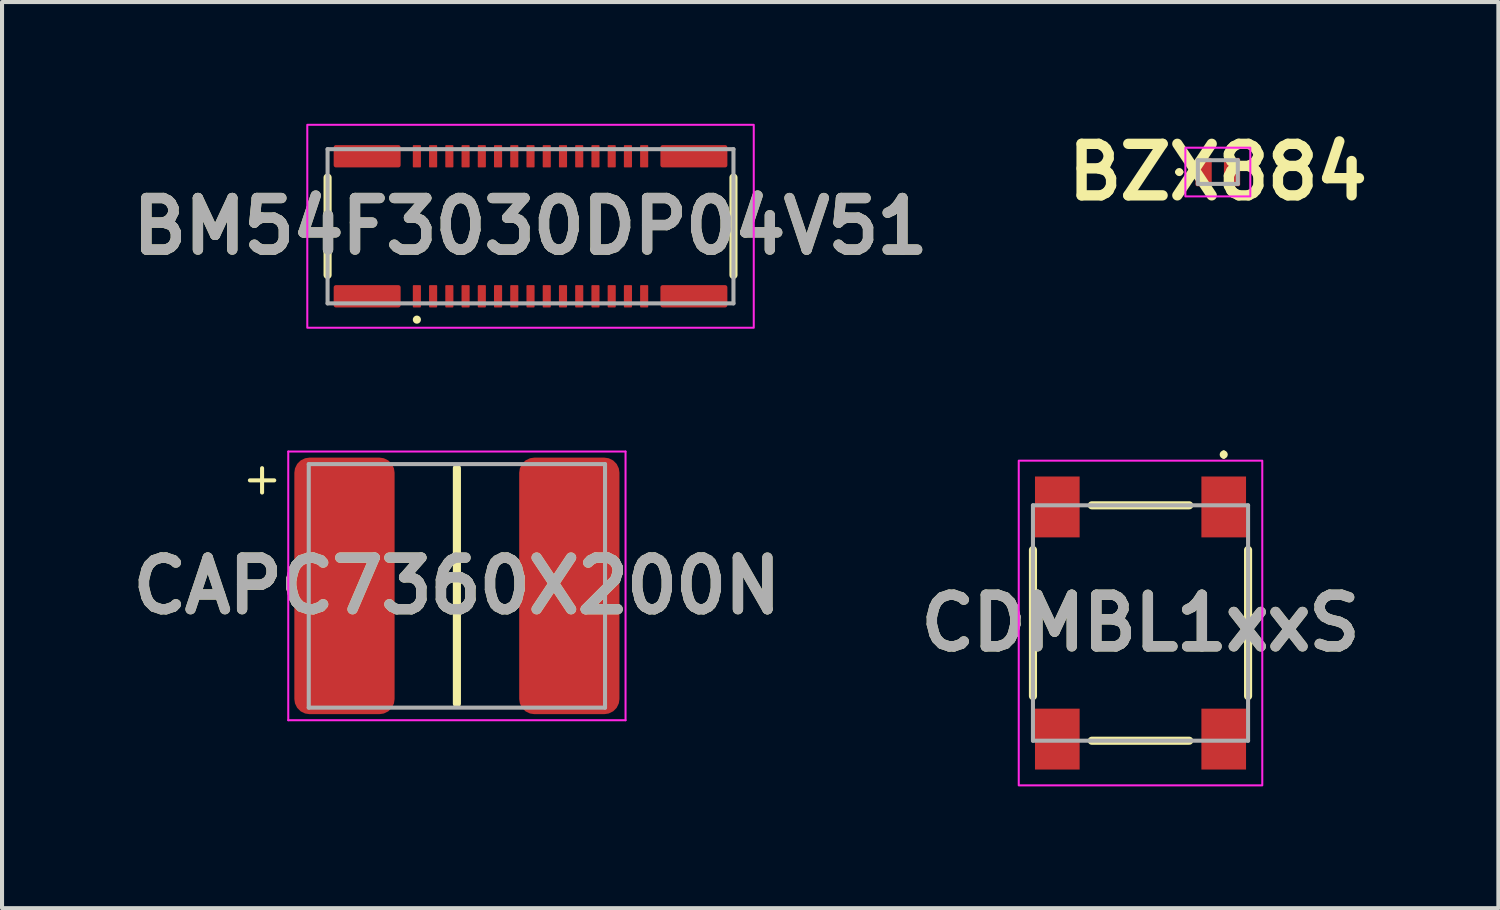
<source format=kicad_pcb>
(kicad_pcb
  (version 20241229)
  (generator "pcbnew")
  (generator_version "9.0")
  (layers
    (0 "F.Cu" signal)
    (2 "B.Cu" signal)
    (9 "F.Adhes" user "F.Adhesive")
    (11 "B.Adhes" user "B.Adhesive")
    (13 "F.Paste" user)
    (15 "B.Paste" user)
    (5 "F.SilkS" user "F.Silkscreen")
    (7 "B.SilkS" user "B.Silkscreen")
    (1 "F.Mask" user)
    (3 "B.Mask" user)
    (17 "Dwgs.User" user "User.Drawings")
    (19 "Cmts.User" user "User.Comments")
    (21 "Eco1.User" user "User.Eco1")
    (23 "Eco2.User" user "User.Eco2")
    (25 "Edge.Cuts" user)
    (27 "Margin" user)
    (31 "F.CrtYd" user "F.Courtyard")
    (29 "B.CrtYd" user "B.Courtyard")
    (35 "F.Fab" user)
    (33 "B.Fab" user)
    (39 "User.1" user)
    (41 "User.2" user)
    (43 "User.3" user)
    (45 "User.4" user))
  (footprint "BZX884"
    (layer "F.Cu")
    (at 26.955 1.189)
    (property "Reference" "BZX884" (at 0 0 0) (layer "F.SilkS") (effects (font (size 1.27 1.27) (thickness 0.254))))
    (attr smd)
    (fp_line (start -1 0) (end -1 0) (stroke (width 0.1) (type solid)) (layer "F.SilkS"))
    (fp_line (start -0.9 0) (end -0.9 0) (stroke (width 0.1) (type solid)) (layer "F.SilkS"))
    (fp_arc (start -1 0) (mid -0.95 -0.05) (end -0.9 0) (stroke (width 0.1) (type solid)) (layer "F.SilkS"))
    (fp_arc (start -0.9 0) (mid -0.95 0.05) (end -1 0) (stroke (width 0.1) (type solid)) (layer "F.SilkS"))
    (fp_rect (start -0.8 -0.6) (end 0.8 0.6) (stroke (width 0.05) (type default)) (fill no) (layer "F.CrtYd"))
    (fp_line (start -0.492 -0.292) (end 0.492 -0.292) (stroke (width 0.1) (type solid)) (layer "F.Fab"))
    (fp_line (start -0.492 0.292) (end -0.492 -0.292) (stroke (width 0.1) (type solid)) (layer "F.Fab"))
    (fp_line (start 0.492 -0.292) (end 0.492 0.292) (stroke (width 0.1) (type solid)) (layer "F.Fab"))
    (fp_line (start 0.492 0.292) (end -0.492 0.292) (stroke (width 0.1) (type solid)) (layer "F.Fab"))
    (pad "1" smd roundrect (at -0.35 0) (size 0.4 0.7) (layers "F.Cu" "F.Mask" "F.Paste") (roundrect_rratio 0.1))
    (pad "2" smd roundrect (at 0.35 0) (size 0.4 0.7) (layers "F.Cu" "F.Mask" "F.Paste") (roundrect_rratio 0.1)))
  (footprint "CAPC7360X200N"
    (layer "F.Cu")
    (at 8.207 11.385)
    (property "Reference" "CAPC7360X200N" (at 0 0 0) (layer "F.SilkS") (effects (font (size 1.27 1.27) (thickness 0.254))))
    (attr smd)
    (fp_line (start -4.8 -2.9) (end -4.8 -2.3) (stroke (width 0.1) (type default)) (layer "F.SilkS"))
    (fp_line (start -4.5 -2.6) (end -5.1 -2.6) (stroke (width 0.1) (type default)) (layer "F.SilkS"))
    (fp_line (start 0 -2.9) (end 0 2.9) (stroke (width 0.2) (type solid)) (layer "F.SilkS"))
    (fp_line (start -4.155 -3.31) (end 4.155 -3.31) (stroke (width 0.05) (type solid)) (layer "F.CrtYd"))
    (fp_line (start -4.155 3.31) (end -4.155 -3.31) (stroke (width 0.05) (type solid)) (layer "F.CrtYd"))
    (fp_line (start 4.155 -3.31) (end 4.155 3.31) (stroke (width 0.05) (type solid)) (layer "F.CrtYd"))
    (fp_line (start 4.155 3.31) (end -4.155 3.31) (stroke (width 0.05) (type solid)) (layer "F.CrtYd"))
    (fp_line (start -3.65 -3) (end 3.65 -3) (stroke (width 0.1) (type solid)) (layer "F.Fab"))
    (fp_line (start -3.65 3) (end -3.65 -3) (stroke (width 0.1) (type solid)) (layer "F.Fab"))
    (fp_line (start 3.65 -3) (end 3.65 3) (stroke (width 0.1) (type solid)) (layer "F.Fab"))
    (fp_line (start 3.65 3) (end -3.65 3) (stroke (width 0.1) (type solid)) (layer "F.Fab"))
    (fp_text user "${REFERENCE}" (at 0 0 0) (layer "F.Fab") (effects (font (size 1.27 1.27) (thickness 0.254))))
    (pad "1" smd roundrect (at -2.77 0) (size 2.47 6.32) (layers "F.Cu" "F.Mask" "F.Paste") (roundrect_rratio 0.15))
    (pad "2" smd roundrect (at 2.77 0) (size 2.47 6.32) (layers "F.Cu" "F.Mask" "F.Paste") (roundrect_rratio 0.15)))
  (footprint "CDMBL1xxS"
    (layer "F.Cu")
    (at 25.05 12.3)
    (property "Reference" "CDMBL1xxS" (at 0 0 0) (layer "F.SilkS") (effects (font (size 1.27 1.27) (thickness 0.254))))
    (attr smd)
    (fp_line (start -2.65 -1.8) (end -2.65 1.8) (stroke (width 0.2) (type solid)) (layer "F.SilkS"))
    (fp_line (start -1.2 -2.9) (end 1.2 -2.9) (stroke (width 0.2) (type solid)) (layer "F.SilkS"))
    (fp_line (start -1.2 2.9) (end 1.2 2.9) (stroke (width 0.2) (type solid)) (layer "F.SilkS"))
    (fp_line (start 2.05 -4.2) (end 2.05 -4.2) (stroke (width 0.1) (type solid)) (layer "F.SilkS"))
    (fp_line (start 2.05 -4.1) (end 2.05 -4.1) (stroke (width 0.1) (type solid)) (layer "F.SilkS"))
    (fp_line (start 2.65 -1.8) (end 2.65 1.8) (stroke (width 0.2) (type solid)) (layer "F.SilkS"))
    (fp_arc (start 2.05 -4.2) (mid 2.1 -4.15) (end 2.05 -4.1) (stroke (width 0.1) (type solid)) (layer "F.SilkS"))
    (fp_arc (start 2.05 -4.1) (mid 2 -4.15) (end 2.05 -4.2) (stroke (width 0.1) (type solid)) (layer "F.SilkS"))
    (fp_rect (start -3 -4) (end 3 4) (stroke (width 0.05) (type default)) (fill no) (layer "F.CrtYd"))
    (fp_line (start -2.65 -2.9) (end 2.65 -2.9) (stroke (width 0.1) (type solid)) (layer "F.Fab"))
    (fp_line (start -2.65 2.9) (end -2.65 -2.9) (stroke (width 0.1) (type solid)) (layer "F.Fab"))
    (fp_line (start 2.65 -2.9) (end 2.65 2.9) (stroke (width 0.1) (type solid)) (layer "F.Fab"))
    (fp_line (start 2.65 2.9) (end -2.65 2.9) (stroke (width 0.1) (type solid)) (layer "F.Fab"))
    (fp_text user "${REFERENCE}" (at 0 0 0) (layer "F.Fab") (effects (font (size 1.27 1.27) (thickness 0.254))))
    (pad "1" smd rect (at 2.05 -2.86) (size 1.1 1.5) (layers "F.Cu" "F.Mask" "F.Paste"))
    (pad "2" smd rect (at 2.05 2.86) (size 1.1 1.5) (layers "F.Cu" "F.Mask" "F.Paste"))
    (pad "3" smd rect (at -2.05 2.86) (size 1.1 1.5) (layers "F.Cu" "F.Mask" "F.Paste"))
    (pad "4" smd rect (at -2.05 -2.86) (size 1.1 1.5) (layers "F.Cu" "F.Mask" "F.Paste")))
  (footprint "BM54F3030DP04V51"
    (layer "F.Cu")
    (at 10.021 2.525)
    (property "Reference" "BM54F3030DP04V51" (at 0 0 0) (layer "F.SilkS") (effects (font (size 1.27 1.27) (thickness 0.254))))
    (attr smd)
    (fp_line (start -5 -1.2) (end -5 1.2) (stroke (width 0.2) (type solid)) (layer "F.SilkS"))
    (fp_line (start 5 -1.2) (end 5 1.2) (stroke (width 0.2) (type solid)) (layer "F.SilkS"))
    (fp_circle (center -2.8 2.3) (end -2.7 2.3) (stroke (width 0) (type solid)) (fill yes) (layer "F.SilkS"))
    (fp_rect (start -5.5 -2.5) (end 5.5 2.5) (stroke (width 0.05) (type default)) (fill no) (layer "F.CrtYd"))
    (fp_line (start -5 -1.9) (end 5 -1.9) (stroke (width 0.1) (type solid)) (layer "F.Fab"))
    (fp_line (start -5 1.9) (end -5 -1.9) (stroke (width 0.1) (type solid)) (layer "F.Fab"))
    (fp_line (start 5 -1.9) (end 5 1.9) (stroke (width 0.1) (type solid)) (layer "F.Fab"))
    (fp_line (start 5 1.9) (end -5 1.9) (stroke (width 0.1) (type solid)) (layer "F.Fab"))
    (fp_text user "${REFERENCE}" (at 0 0 0) (layer "F.Fab") (effects (font (size 1.27 1.27) (thickness 0.254))))
    (pad "1" smd roundrect (at -2.8 -1.725) (size 0.2 0.55) (layers "F.Cu" "F.Mask" "F.Paste") (roundrect_rratio 0.1))
    (pad "2" smd roundrect (at -2.8 1.725) (size 0.2 0.55) (layers "F.Cu" "F.Mask" "F.Paste") (roundrect_rratio 0.1))
    (pad "3" smd roundrect (at -2.4 -1.725) (size 0.2 0.55) (layers "F.Cu" "F.Mask" "F.Paste") (roundrect_rratio 0.1))
    (pad "4" smd roundrect (at -2.4 1.725) (size 0.2 0.55) (layers "F.Cu" "F.Mask" "F.Paste") (roundrect_rratio 0.1))
    (pad "5" smd roundrect (at -2 -1.725) (size 0.2 0.55) (layers "F.Cu" "F.Mask" "F.Paste") (roundrect_rratio 0.1))
    (pad "6" smd roundrect (at -2 1.725) (size 0.2 0.55) (layers "F.Cu" "F.Mask" "F.Paste") (roundrect_rratio 0.1))
    (pad "7" smd roundrect (at -1.6 -1.725) (size 0.2 0.55) (layers "F.Cu" "F.Mask" "F.Paste") (roundrect_rratio 0.1))
    (pad "8" smd roundrect (at -1.6 1.725) (size 0.2 0.55) (layers "F.Cu" "F.Mask" "F.Paste") (roundrect_rratio 0.1))
    (pad "9" smd roundrect (at -1.2 -1.725) (size 0.2 0.55) (layers "F.Cu" "F.Mask" "F.Paste") (roundrect_rratio 0.1))
    (pad "10" smd roundrect (at -1.2 1.725) (size 0.2 0.55) (layers "F.Cu" "F.Mask" "F.Paste") (roundrect_rratio 0.1))
    (pad "11" smd roundrect (at -0.8 -1.725) (size 0.2 0.55) (layers "F.Cu" "F.Mask" "F.Paste") (roundrect_rratio 0.1))
    (pad "12" smd roundrect (at -0.8 1.725) (size 0.2 0.55) (layers "F.Cu" "F.Mask" "F.Paste") (roundrect_rratio 0.1))
    (pad "13" smd roundrect (at -0.4 -1.725) (size 0.2 0.55) (layers "F.Cu" "F.Mask" "F.Paste") (roundrect_rratio 0.1))
    (pad "14" smd roundrect (at -0.4 1.725) (size 0.2 0.55) (layers "F.Cu" "F.Mask" "F.Paste") (roundrect_rratio 0.1))
    (pad "15" smd roundrect (at 0 -1.725) (size 0.2 0.55) (layers "F.Cu" "F.Mask" "F.Paste") (roundrect_rratio 0.1))
    (pad "16" smd roundrect (at 0 1.725) (size 0.2 0.55) (layers "F.Cu" "F.Mask" "F.Paste") (roundrect_rratio 0.1))
    (pad "17" smd roundrect (at 0.4 -1.725) (size 0.2 0.55) (layers "F.Cu" "F.Mask" "F.Paste") (roundrect_rratio 0.1))
    (pad "18" smd roundrect (at 0.4 1.725) (size 0.2 0.55) (layers "F.Cu" "F.Mask" "F.Paste") (roundrect_rratio 0.1))
    (pad "19" smd roundrect (at 0.8 -1.725) (size 0.2 0.55) (layers "F.Cu" "F.Mask" "F.Paste") (roundrect_rratio 0.1))
    (pad "20" smd roundrect (at 0.8 1.725) (size 0.2 0.55) (layers "F.Cu" "F.Mask" "F.Paste") (roundrect_rratio 0.1))
    (pad "21" smd roundrect (at 1.2 -1.725) (size 0.2 0.55) (layers "F.Cu" "F.Mask" "F.Paste") (roundrect_rratio 0.1))
    (pad "22" smd roundrect (at 1.2 1.725) (size 0.2 0.55) (layers "F.Cu" "F.Mask" "F.Paste") (roundrect_rratio 0.1))
    (pad "23" smd roundrect (at 1.6 -1.725) (size 0.2 0.55) (layers "F.Cu" "F.Mask" "F.Paste") (roundrect_rratio 0.1))
    (pad "24" smd roundrect (at 1.6 1.725) (size 0.2 0.55) (layers "F.Cu" "F.Mask" "F.Paste") (roundrect_rratio 0.1))
    (pad "25" smd roundrect (at 2 -1.725) (size 0.2 0.55) (layers "F.Cu" "F.Mask" "F.Paste") (roundrect_rratio 0.1))
    (pad "26" smd roundrect (at 2 1.725) (size 0.2 0.55) (layers "F.Cu" "F.Mask" "F.Paste") (roundrect_rratio 0.1))
    (pad "27" smd roundrect (at 2.4 -1.725) (size 0.2 0.55) (layers "F.Cu" "F.Mask" "F.Paste") (roundrect_rratio 0.1))
    (pad "28" smd roundrect (at 2.4 1.725) (size 0.2 0.55) (layers "F.Cu" "F.Mask" "F.Paste") (roundrect_rratio 0.1))
    (pad "29" smd roundrect (at 2.8 -1.725) (size 0.2 0.55) (layers "F.Cu" "F.Mask" "F.Paste") (roundrect_rratio 0.1))
    (pad "30" smd roundrect (at 2.8 1.725) (size 0.2 0.55) (layers "F.Cu" "F.Mask" "F.Paste") (roundrect_rratio 0.1))
    (pad "31" smd roundrect (at -4.025 1.725 90) (size 0.55 1.65) (layers "F.Cu" "F.Mask" "F.Paste") (roundrect_rratio 0.1))
    (pad "32" smd roundrect (at -4.025 -1.725 90) (size 0.55 1.65) (layers "F.Cu" "F.Mask" "F.Paste") (roundrect_rratio 0.1))
    (pad "33" smd roundrect (at 4.025 1.725 90) (size 0.55 1.65) (layers "F.Cu" "F.Mask" "F.Paste") (roundrect_rratio 0.1))
    (pad "34" smd roundrect (at 4.025 -1.725 90) (size 0.55 1.65) (layers "F.Cu" "F.Mask" "F.Paste") (roundrect_rratio 0.1)))
  (gr_rect
    (start -3 -3)
    (end 33.867 19.325)
    (stroke (width 0.1) (type default))
    (fill no)
    (layer "Edge.Cuts")))
</source>
